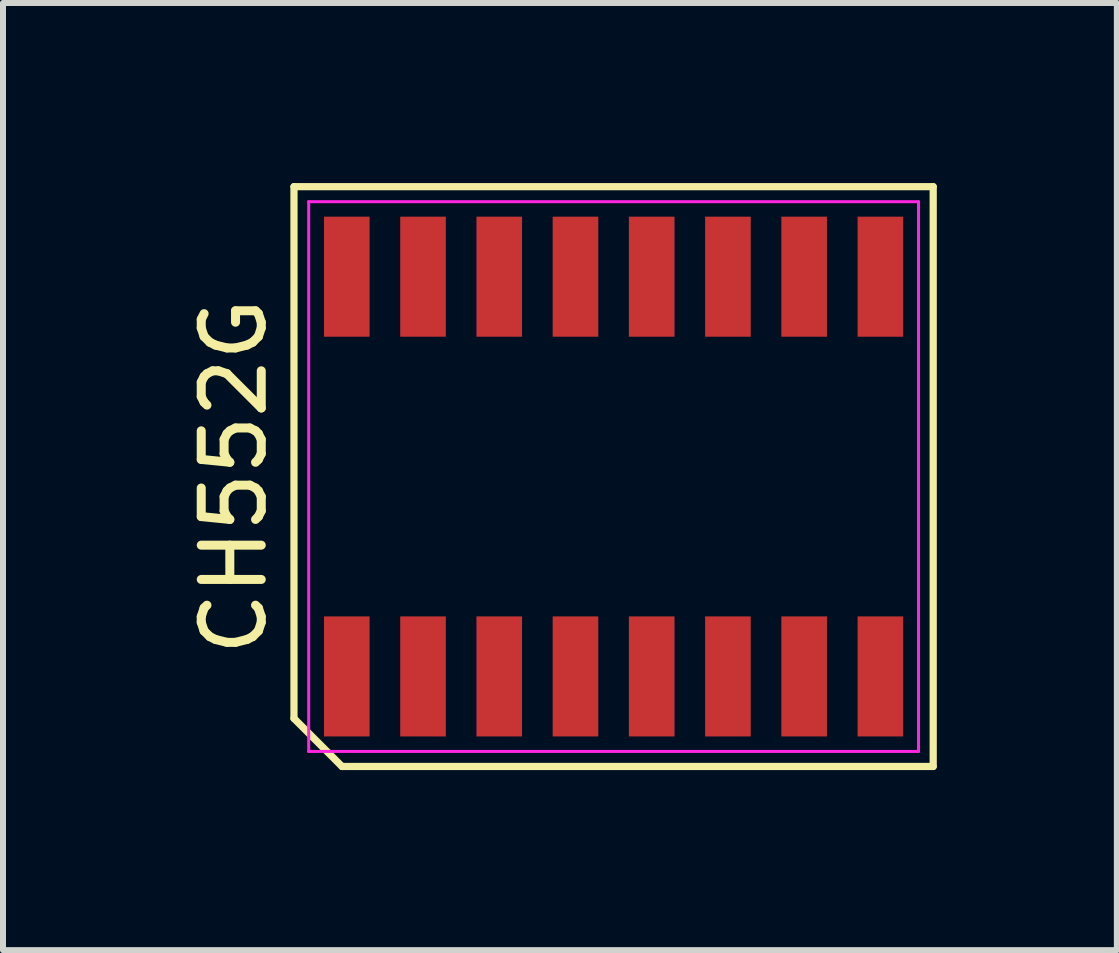
<source format=kicad_pcb>
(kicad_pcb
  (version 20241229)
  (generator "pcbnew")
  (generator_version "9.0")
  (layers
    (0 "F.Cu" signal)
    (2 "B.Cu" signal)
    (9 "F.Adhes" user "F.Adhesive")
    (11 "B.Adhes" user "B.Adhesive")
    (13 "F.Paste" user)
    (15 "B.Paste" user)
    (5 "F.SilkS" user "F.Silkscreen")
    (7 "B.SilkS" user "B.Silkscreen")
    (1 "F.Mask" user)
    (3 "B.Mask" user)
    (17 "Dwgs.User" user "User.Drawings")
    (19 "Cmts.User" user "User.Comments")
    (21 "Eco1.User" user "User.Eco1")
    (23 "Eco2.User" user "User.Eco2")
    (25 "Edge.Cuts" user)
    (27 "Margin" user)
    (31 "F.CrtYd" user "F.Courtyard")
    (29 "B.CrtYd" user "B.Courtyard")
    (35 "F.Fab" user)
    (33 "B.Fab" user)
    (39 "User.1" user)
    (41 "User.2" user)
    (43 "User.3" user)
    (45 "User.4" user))
  (footprint "CH552G"
    (layer "F.Cu")
    (at 7.173 4.89)
    (property "Reference" "CH552G" (at -6.325 0 90) (layer "F.SilkS") (effects (font (size 1 1) (thickness 0.15))))
    (attr through_hole)
    (fp_line (start -5.325 -4.83) (end 5.325 -4.83) (stroke (width 0.12) (type solid)) (layer "F.SilkS"))
    (fp_line (start -5.325 4.03) (end -5.325 -4.83) (stroke (width 0.12) (type solid)) (layer "F.SilkS"))
    (fp_line (start -4.525 4.83) (end -5.325 4.03) (stroke (width 0.12) (type solid)) (layer "F.SilkS"))
    (fp_line (start 5.325 -4.83) (end 5.325 4.83) (stroke (width 0.12) (type solid)) (layer "F.SilkS"))
    (fp_line (start 5.325 4.83) (end -4.525 4.83) (stroke (width 0.12) (type solid)) (layer "F.SilkS"))
    (fp_line (start -5.08 -4.58) (end 5.08 -4.58) (stroke (width 0.05) (type solid)) (layer "F.CrtYd"))
    (fp_line (start -5.08 4.58) (end -5.08 -4.58) (stroke (width 0.05) (type solid)) (layer "F.CrtYd"))
    (fp_line (start 5.08 -4.58) (end 5.08 4.58) (stroke (width 0.05) (type solid)) (layer "F.CrtYd"))
    (fp_line (start 5.08 4.58) (end -5.08 4.58) (stroke (width 0.05) (type solid)) (layer "F.CrtYd"))
    (pad "1" smd rect (at -4.445 3.33) (size 0.76 2) (layers "F.Cu" "F.Mask" "F.Paste"))
    (pad "2" smd rect (at -3.175 3.33) (size 0.76 2) (layers "F.Cu" "F.Mask" "F.Paste"))
    (pad "3" smd rect (at -1.905 3.33) (size 0.76 2) (layers "F.Cu" "F.Mask" "F.Paste"))
    (pad "4" smd rect (at -0.635 3.33) (size 0.76 2) (layers "F.Cu" "F.Mask" "F.Paste"))
    (pad "5" smd rect (at 0.635 3.33) (size 0.76 2) (layers "F.Cu" "F.Mask" "F.Paste"))
    (pad "6" smd rect (at 1.905 3.33) (size 0.76 2) (layers "F.Cu" "F.Mask" "F.Paste"))
    (pad "7" smd rect (at 3.175 3.33) (size 0.76 2) (layers "F.Cu" "F.Mask" "F.Paste"))
    (pad "8" smd rect (at 4.445 3.33) (size 0.76 2) (layers "F.Cu" "F.Mask" "F.Paste"))
    (pad "9" smd rect (at 4.445 -3.33) (size 0.76 2) (layers "F.Cu" "F.Mask" "F.Paste"))
    (pad "10" smd rect (at 3.175 -3.33) (size 0.76 2) (layers "F.Cu" "F.Mask" "F.Paste"))
    (pad "11" smd rect (at 1.905 -3.33) (size 0.76 2) (layers "F.Cu" "F.Mask" "F.Paste"))
    (pad "12" smd rect (at 0.635 -3.33) (size 0.76 2) (layers "F.Cu" "F.Mask" "F.Paste"))
    (pad "13" smd rect (at -0.635 -3.33) (size 0.76 2) (layers "F.Cu" "F.Mask" "F.Paste"))
    (pad "14" smd rect (at -1.905 -3.33) (size 0.76 2) (layers "F.Cu" "F.Mask" "F.Paste"))
    (pad "15" smd rect (at -3.175 -3.33) (size 0.76 2) (layers "F.Cu" "F.Mask" "F.Paste"))
    (pad "16" smd rect (at -4.445 -3.33) (size 0.76 2) (layers "F.Cu" "F.Mask" "F.Paste")))
  (gr_rect
    (start -3 -3)
    (end 15.558 12.78)
    (stroke (width 0.1) (type default))
    (fill no)
    (layer "Edge.Cuts")))
</source>
